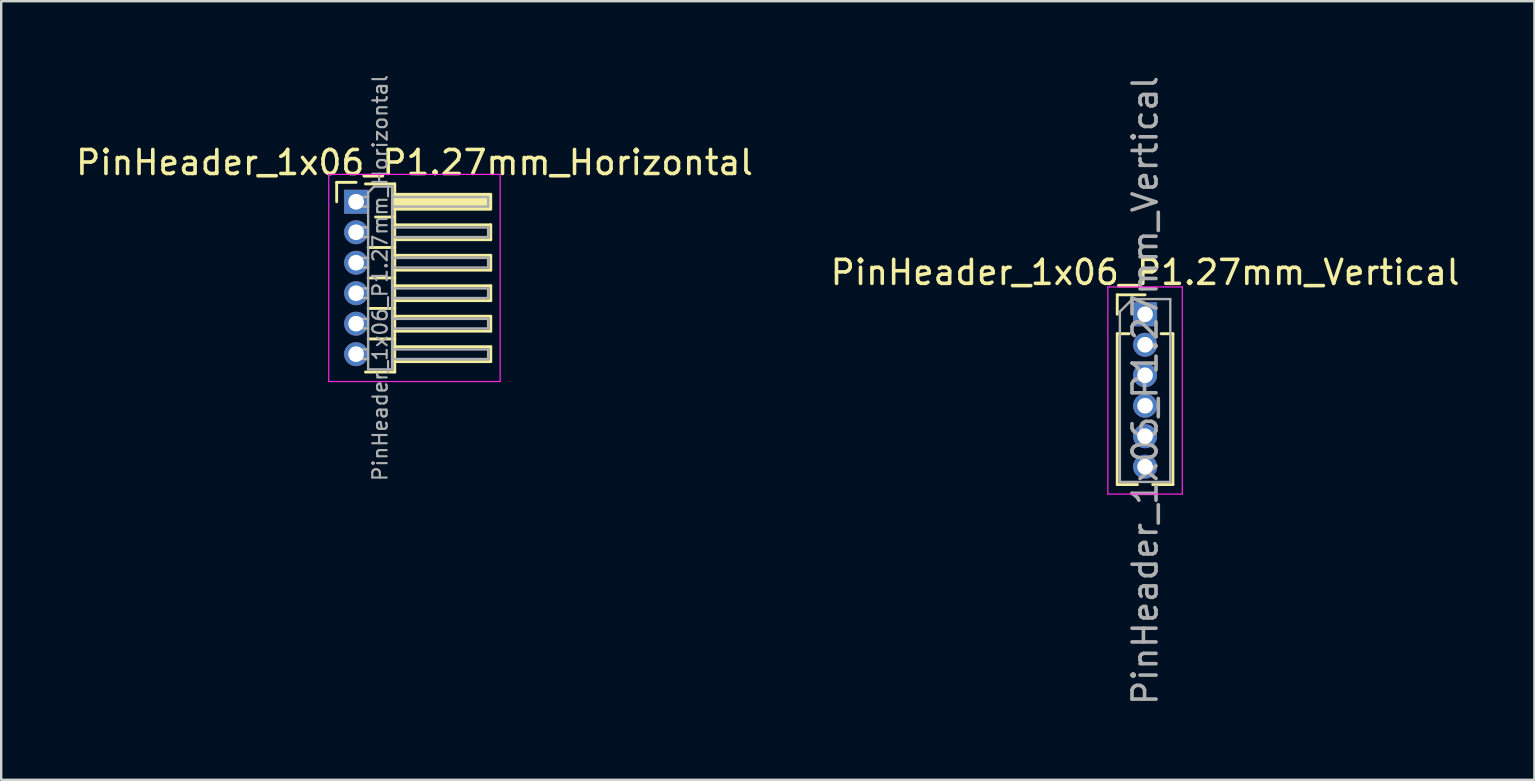
<source format=kicad_pcb>
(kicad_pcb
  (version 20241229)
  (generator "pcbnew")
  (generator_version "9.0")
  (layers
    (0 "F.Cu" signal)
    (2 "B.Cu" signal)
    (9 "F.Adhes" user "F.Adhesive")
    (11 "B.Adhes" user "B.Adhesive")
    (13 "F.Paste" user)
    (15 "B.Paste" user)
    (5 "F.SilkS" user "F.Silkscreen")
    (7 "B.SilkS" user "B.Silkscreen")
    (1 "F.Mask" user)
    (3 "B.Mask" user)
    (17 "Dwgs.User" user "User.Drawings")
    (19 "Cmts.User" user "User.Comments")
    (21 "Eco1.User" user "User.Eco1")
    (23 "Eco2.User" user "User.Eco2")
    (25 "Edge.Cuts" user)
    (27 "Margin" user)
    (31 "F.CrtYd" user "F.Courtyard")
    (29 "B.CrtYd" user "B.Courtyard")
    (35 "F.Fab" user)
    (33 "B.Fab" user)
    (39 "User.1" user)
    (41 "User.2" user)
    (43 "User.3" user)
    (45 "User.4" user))
  (footprint "PinHeader_1x06_P1.27mm_Horizontal"
    (layer "F.Cu")
    (at 11.788 5.357)
    (property "Reference" "PinHeader_1x06_P1.27mm_Horizontal" (at 2.433 -1.635 0) (layer "F.SilkS") (effects (font (size 1 1) (thickness 0.15))))
    (attr through_hole)
    (fp_line (start -0.81 -0.81) (end 0 -0.81) (stroke (width 0.12) (type solid)) (layer "F.SilkS"))
    (fp_line (start -0.81 0) (end -0.81 -0.81) (stroke (width 0.12) (type solid)) (layer "F.SilkS"))
    (fp_line (start 0.39 -0.745) (end 1.61 -0.745) (stroke (width 0.12) (type solid)) (layer "F.SilkS"))
    (fp_line (start 0.503 1.905) (end 1.61 1.905) (stroke (width 0.12) (type solid)) (layer "F.SilkS"))
    (fp_line (start 0.503 3.175) (end 1.61 3.175) (stroke (width 0.12) (type solid)) (layer "F.SilkS"))
    (fp_line (start 0.503 4.445) (end 1.61 4.445) (stroke (width 0.12) (type solid)) (layer "F.SilkS"))
    (fp_line (start 0.503 5.715) (end 1.61 5.715) (stroke (width 0.12) (type solid)) (layer "F.SilkS"))
    (fp_line (start 0.81 0.635) (end 1.61 0.635) (stroke (width 0.12) (type solid)) (layer "F.SilkS"))
    (fp_line (start 1.61 -0.745) (end 1.61 7.095) (stroke (width 0.12) (type solid)) (layer "F.SilkS"))
    (fp_line (start 1.61 0.96) (end 5.61 0.96) (stroke (width 0.12) (type solid)) (layer "F.SilkS"))
    (fp_line (start 1.61 2.23) (end 5.61 2.23) (stroke (width 0.12) (type solid)) (layer "F.SilkS"))
    (fp_line (start 1.61 3.5) (end 5.61 3.5) (stroke (width 0.12) (type solid)) (layer "F.SilkS"))
    (fp_line (start 1.61 4.77) (end 5.61 4.77) (stroke (width 0.12) (type solid)) (layer "F.SilkS"))
    (fp_line (start 1.61 6.04) (end 5.61 6.04) (stroke (width 0.12) (type solid)) (layer "F.SilkS"))
    (fp_line (start 1.61 7.095) (end 0.39 7.095) (stroke (width 0.12) (type solid)) (layer "F.SilkS"))
    (fp_line (start 5.61 0.96) (end 5.61 1.58) (stroke (width 0.12) (type solid)) (layer "F.SilkS"))
    (fp_line (start 5.61 1.58) (end 1.61 1.58) (stroke (width 0.12) (type solid)) (layer "F.SilkS"))
    (fp_line (start 5.61 2.23) (end 5.61 2.85) (stroke (width 0.12) (type solid)) (layer "F.SilkS"))
    (fp_line (start 5.61 2.85) (end 1.61 2.85) (stroke (width 0.12) (type solid)) (layer "F.SilkS"))
    (fp_line (start 5.61 3.5) (end 5.61 4.12) (stroke (width 0.12) (type solid)) (layer "F.SilkS"))
    (fp_line (start 5.61 4.12) (end 1.61 4.12) (stroke (width 0.12) (type solid)) (layer "F.SilkS"))
    (fp_line (start 5.61 4.77) (end 5.61 5.39) (stroke (width 0.12) (type solid)) (layer "F.SilkS"))
    (fp_line (start 5.61 5.39) (end 1.61 5.39) (stroke (width 0.12) (type solid)) (layer "F.SilkS"))
    (fp_line (start 5.61 6.04) (end 5.61 6.66) (stroke (width 0.12) (type solid)) (layer "F.SilkS"))
    (fp_line (start 5.61 6.66) (end 1.61 6.66) (stroke (width 0.12) (type solid)) (layer "F.SilkS"))
    (fp_rect (start 1.61 -0.31) (end 5.61 0.31) (stroke (width 0.12) (type solid)) (fill yes) (layer "F.SilkS"))
    (fp_line (start -1.14 -1.14) (end -1.14 7.49) (stroke (width 0.05) (type solid)) (layer "F.CrtYd"))
    (fp_line (start -1.14 7.49) (end 6 7.49) (stroke (width 0.05) (type solid)) (layer "F.CrtYd"))
    (fp_line (start 6 -1.14) (end -1.14 -1.14) (stroke (width 0.05) (type solid)) (layer "F.CrtYd"))
    (fp_line (start 6 7.49) (end 6 -1.14) (stroke (width 0.05) (type solid)) (layer "F.CrtYd"))
    (fp_line (start -0.2 -0.2) (end -0.2 0.2) (stroke (width 0.1) (type solid)) (layer "F.Fab"))
    (fp_line (start -0.2 -0.2) (end 0.5 -0.2) (stroke (width 0.1) (type solid)) (layer "F.Fab"))
    (fp_line (start -0.2 0.2) (end 0.5 0.2) (stroke (width 0.1) (type solid)) (layer "F.Fab"))
    (fp_line (start -0.2 1.07) (end -0.2 1.47) (stroke (width 0.1) (type solid)) (layer "F.Fab"))
    (fp_line (start -0.2 1.07) (end 0.5 1.07) (stroke (width 0.1) (type solid)) (layer "F.Fab"))
    (fp_line (start -0.2 1.47) (end 0.5 1.47) (stroke (width 0.1) (type solid)) (layer "F.Fab"))
    (fp_line (start -0.2 2.34) (end -0.2 2.74) (stroke (width 0.1) (type solid)) (layer "F.Fab"))
    (fp_line (start -0.2 2.34) (end 0.5 2.34) (stroke (width 0.1) (type solid)) (layer "F.Fab"))
    (fp_line (start -0.2 2.74) (end 0.5 2.74) (stroke (width 0.1) (type solid)) (layer "F.Fab"))
    (fp_line (start -0.2 3.61) (end -0.2 4.01) (stroke (width 0.1) (type solid)) (layer "F.Fab"))
    (fp_line (start -0.2 3.61) (end 0.5 3.61) (stroke (width 0.1) (type solid)) (layer "F.Fab"))
    (fp_line (start -0.2 4.01) (end 0.5 4.01) (stroke (width 0.1) (type solid)) (layer "F.Fab"))
    (fp_line (start -0.2 4.88) (end -0.2 5.28) (stroke (width 0.1) (type solid)) (layer "F.Fab"))
    (fp_line (start -0.2 4.88) (end 0.5 4.88) (stroke (width 0.1) (type solid)) (layer "F.Fab"))
    (fp_line (start -0.2 5.28) (end 0.5 5.28) (stroke (width 0.1) (type solid)) (layer "F.Fab"))
    (fp_line (start -0.2 6.15) (end -0.2 6.55) (stroke (width 0.1) (type solid)) (layer "F.Fab"))
    (fp_line (start -0.2 6.15) (end 0.5 6.15) (stroke (width 0.1) (type solid)) (layer "F.Fab"))
    (fp_line (start -0.2 6.55) (end 0.5 6.55) (stroke (width 0.1) (type solid)) (layer "F.Fab"))
    (fp_line (start 0.5 -0.385) (end 0.75 -0.635) (stroke (width 0.1) (type solid)) (layer "F.Fab"))
    (fp_line (start 0.5 6.985) (end 0.5 -0.385) (stroke (width 0.1) (type solid)) (layer "F.Fab"))
    (fp_line (start 0.75 -0.635) (end 1.5 -0.635) (stroke (width 0.1) (type solid)) (layer "F.Fab"))
    (fp_line (start 1.5 -0.635) (end 1.5 6.985) (stroke (width 0.1) (type solid)) (layer "F.Fab"))
    (fp_line (start 1.5 -0.2) (end 5.5 -0.2) (stroke (width 0.1) (type solid)) (layer "F.Fab"))
    (fp_line (start 1.5 0.2) (end 5.5 0.2) (stroke (width 0.1) (type solid)) (layer "F.Fab"))
    (fp_line (start 1.5 1.07) (end 5.5 1.07) (stroke (width 0.1) (type solid)) (layer "F.Fab"))
    (fp_line (start 1.5 1.47) (end 5.5 1.47) (stroke (width 0.1) (type solid)) (layer "F.Fab"))
    (fp_line (start 1.5 2.34) (end 5.5 2.34) (stroke (width 0.1) (type solid)) (layer "F.Fab"))
    (fp_line (start 1.5 2.74) (end 5.5 2.74) (stroke (width 0.1) (type solid)) (layer "F.Fab"))
    (fp_line (start 1.5 3.61) (end 5.5 3.61) (stroke (width 0.1) (type solid)) (layer "F.Fab"))
    (fp_line (start 1.5 4.01) (end 5.5 4.01) (stroke (width 0.1) (type solid)) (layer "F.Fab"))
    (fp_line (start 1.5 4.88) (end 5.5 4.88) (stroke (width 0.1) (type solid)) (layer "F.Fab"))
    (fp_line (start 1.5 5.28) (end 5.5 5.28) (stroke (width 0.1) (type solid)) (layer "F.Fab"))
    (fp_line (start 1.5 6.15) (end 5.5 6.15) (stroke (width 0.1) (type solid)) (layer "F.Fab"))
    (fp_line (start 1.5 6.55) (end 5.5 6.55) (stroke (width 0.1) (type solid)) (layer "F.Fab"))
    (fp_line (start 1.5 6.985) (end 0.5 6.985) (stroke (width 0.1) (type solid)) (layer "F.Fab"))
    (fp_line (start 5.5 -0.2) (end 5.5 0.2) (stroke (width 0.1) (type solid)) (layer "F.Fab"))
    (fp_line (start 5.5 1.07) (end 5.5 1.47) (stroke (width 0.1) (type solid)) (layer "F.Fab"))
    (fp_line (start 5.5 2.34) (end 5.5 2.74) (stroke (width 0.1) (type solid)) (layer "F.Fab"))
    (fp_line (start 5.5 3.61) (end 5.5 4.01) (stroke (width 0.1) (type solid)) (layer "F.Fab"))
    (fp_line (start 5.5 4.88) (end 5.5 5.28) (stroke (width 0.1) (type solid)) (layer "F.Fab"))
    (fp_line (start 5.5 6.15) (end 5.5 6.55) (stroke (width 0.1) (type solid)) (layer "F.Fab"))
    (fp_text user "${REFERENCE}" (at 1 3.175 90) (layer "F.Fab") (effects (font (size 0.6 0.6) (thickness 0.09))))
    (pad "1" thru_hole rect (at 0 0) (size 1 1) (drill 0.65) (layers "*.Cu" "*.Mask"))
    (pad "2" thru_hole circle (at 0 1.27) (size 1 1) (drill 0.65) (layers "*.Cu" "*.Mask"))
    (pad "3" thru_hole circle (at 0 2.54) (size 1 1) (drill 0.65) (layers "*.Cu" "*.Mask"))
    (pad "4" thru_hole circle (at 0 3.81) (size 1 1) (drill 0.65) (layers "*.Cu" "*.Mask"))
    (pad "5" thru_hole circle (at 0 5.08) (size 1 1) (drill 0.65) (layers "*.Cu" "*.Mask"))
    (pad "6" thru_hole circle (at 0 6.35) (size 1 1) (drill 0.65) (layers "*.Cu" "*.Mask")))
  (footprint "PinHeader_1x06_P1.27mm_Vertical"
    (layer "F.Cu")
    (at 44.661 10.045)
    (property "Reference" "PinHeader_1x06_P1.27mm_Vertical" (at 0 -1.745 0) (layer "F.SilkS") (effects (font (size 1 1) (thickness 0.15))))
    (attr through_hole)
    (fp_line (start -1.16 -0.81) (end 0 -0.81) (stroke (width 0.12) (type solid)) (layer "F.SilkS"))
    (fp_line (start -1.16 0) (end -1.16 -0.81) (stroke (width 0.12) (type solid)) (layer "F.SilkS"))
    (fp_line (start -1.16 0.81) (end -1.16 7.095) (stroke (width 0.12) (type solid)) (layer "F.SilkS"))
    (fp_line (start -1.16 0.81) (end -0.667 0.81) (stroke (width 0.12) (type solid)) (layer "F.SilkS"))
    (fp_line (start -1.16 7.095) (end -0.318 7.095) (stroke (width 0.12) (type solid)) (layer "F.SilkS"))
    (fp_line (start 0.318 7.095) (end 1.16 7.095) (stroke (width 0.12) (type solid)) (layer "F.SilkS"))
    (fp_line (start 0.667 0.81) (end 1.16 0.81) (stroke (width 0.12) (type solid)) (layer "F.SilkS"))
    (fp_line (start 1.16 0.81) (end 1.16 7.095) (stroke (width 0.12) (type solid)) (layer "F.SilkS"))
    (fp_line (start -1.55 -1.14) (end -1.55 7.49) (stroke (width 0.05) (type solid)) (layer "F.CrtYd"))
    (fp_line (start -1.55 7.49) (end 1.55 7.49) (stroke (width 0.05) (type solid)) (layer "F.CrtYd"))
    (fp_line (start 1.55 -1.14) (end -1.55 -1.14) (stroke (width 0.05) (type solid)) (layer "F.CrtYd"))
    (fp_line (start 1.55 7.49) (end 1.55 -1.14) (stroke (width 0.05) (type solid)) (layer "F.CrtYd"))
    (fp_line (start -1.05 -0.11) (end -0.525 -0.635) (stroke (width 0.1) (type solid)) (layer "F.Fab"))
    (fp_line (start -1.05 6.985) (end -1.05 -0.11) (stroke (width 0.1) (type solid)) (layer "F.Fab"))
    (fp_line (start -0.525 -0.635) (end 1.05 -0.635) (stroke (width 0.1) (type solid)) (layer "F.Fab"))
    (fp_line (start 1.05 -0.635) (end 1.05 6.985) (stroke (width 0.1) (type solid)) (layer "F.Fab"))
    (fp_line (start 1.05 6.985) (end -1.05 6.985) (stroke (width 0.1) (type solid)) (layer "F.Fab"))
    (fp_text user "${REFERENCE}" (at 0 3.175 90) (layer "F.Fab") (effects (font (size 1 1) (thickness 0.15))))
    (pad "1" thru_hole rect (at 0 0) (size 1 1) (drill 0.65) (layers "*.Cu" "*.Mask"))
    (pad "2" thru_hole circle (at 0 1.27) (size 1 1) (drill 0.65) (layers "*.Cu" "*.Mask"))
    (pad "3" thru_hole circle (at 0 2.54) (size 1 1) (drill 0.65) (layers "*.Cu" "*.Mask"))
    (pad "4" thru_hole circle (at 0 3.81) (size 1 1) (drill 0.65) (layers "*.Cu" "*.Mask"))
    (pad "5" thru_hole circle (at 0 5.08) (size 1 1) (drill 0.65) (layers "*.Cu" "*.Mask"))
    (pad "6" thru_hole circle (at 0 6.35) (size 1 1) (drill 0.65) (layers "*.Cu" "*.Mask")))
  (gr_rect
    (start -3 -3)
    (end 60.881 29.44)
    (stroke (width 0.1) (type default))
    (fill no)
    (layer "Edge.Cuts")))
</source>
